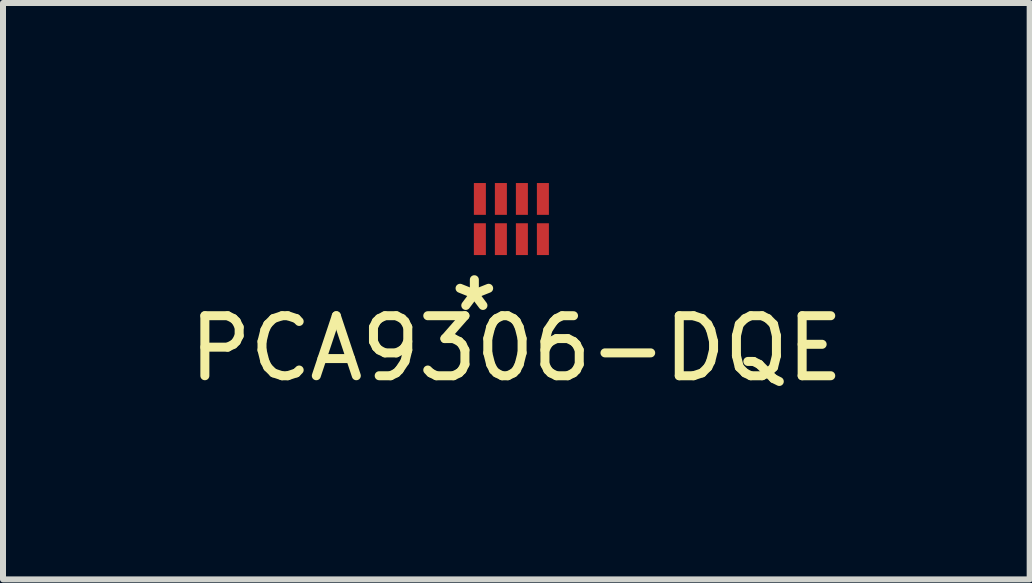
<source format=kicad_pcb>
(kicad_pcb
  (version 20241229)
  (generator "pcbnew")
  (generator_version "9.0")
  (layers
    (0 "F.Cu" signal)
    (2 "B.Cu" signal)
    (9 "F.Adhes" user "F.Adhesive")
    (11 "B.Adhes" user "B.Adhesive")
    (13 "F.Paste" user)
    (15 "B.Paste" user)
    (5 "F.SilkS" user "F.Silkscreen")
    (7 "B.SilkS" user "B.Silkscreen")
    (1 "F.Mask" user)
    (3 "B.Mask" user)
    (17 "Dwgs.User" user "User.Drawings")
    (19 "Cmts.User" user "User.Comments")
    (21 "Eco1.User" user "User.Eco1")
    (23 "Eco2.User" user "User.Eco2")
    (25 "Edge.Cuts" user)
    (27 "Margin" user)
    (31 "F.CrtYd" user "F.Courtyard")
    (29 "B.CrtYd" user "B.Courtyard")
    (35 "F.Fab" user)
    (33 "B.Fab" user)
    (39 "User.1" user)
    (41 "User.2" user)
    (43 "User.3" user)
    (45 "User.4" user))
  (footprint "PCA9306-DQE"
    (layer "F.Cu")
    (at 5.471 0.595)
    (property "Reference" "PCA9306-DQE" (at 0.083 2.161 0) (layer "F.SilkS") (effects (font (size 1 1) (thickness 0.15))))
    (attr through_hole)
    (fp_text user "*" (at -0.617 1.561 0) (layer "F.SilkS") (effects (font (size 1 1) (thickness 0.15))))
    (pad "1" smd rect (at -0.525 0.34) (size 0.2 0.53) (layers "F.Cu" "F.Mask"))
    (pad "2" smd rect (at -0.175 0.34) (size 0.2 0.53) (layers "F.Cu" "F.Mask"))
    (pad "3" smd rect (at 0.175 0.34) (size 0.2 0.53) (layers "F.Cu" "F.Mask"))
    (pad "4" smd rect (at 0.525 0.34) (size 0.2 0.53) (layers "F.Cu" "F.Mask"))
    (pad "5" smd rect (at 0.525 -0.33) (size 0.2 0.53) (layers "F.Cu" "F.Mask"))
    (pad "6" smd rect (at 0.175 -0.33) (size 0.2 0.53) (layers "F.Cu" "F.Mask"))
    (pad "7" smd rect (at -0.175 -0.33) (size 0.2 0.53) (layers "F.Cu" "F.Mask"))
    (pad "8" smd rect (at -0.525 -0.33) (size 0.2 0.53) (layers "F.Cu" "F.Mask")))
  (gr_rect
    (start -3 -3)
    (end 14.107 6.604)
    (stroke (width 0.1) (type default))
    (fill no)
    (layer "Edge.Cuts")))
</source>
